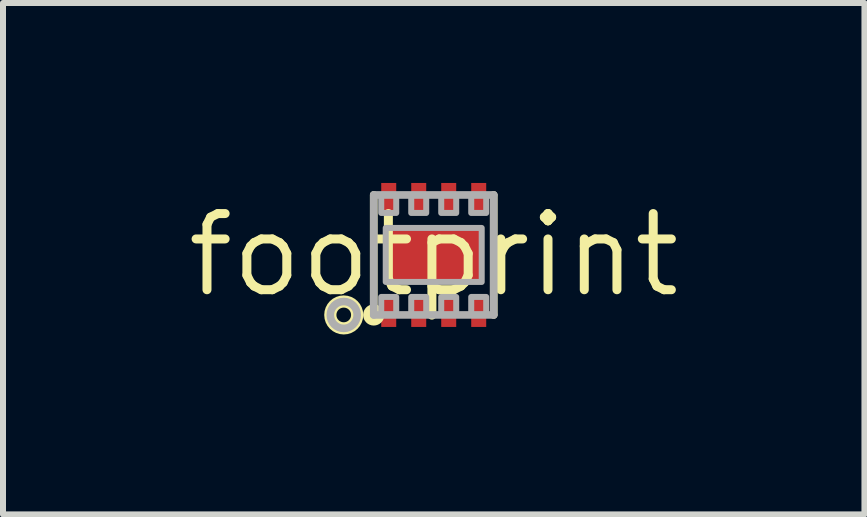
<source format=kicad_pcb>
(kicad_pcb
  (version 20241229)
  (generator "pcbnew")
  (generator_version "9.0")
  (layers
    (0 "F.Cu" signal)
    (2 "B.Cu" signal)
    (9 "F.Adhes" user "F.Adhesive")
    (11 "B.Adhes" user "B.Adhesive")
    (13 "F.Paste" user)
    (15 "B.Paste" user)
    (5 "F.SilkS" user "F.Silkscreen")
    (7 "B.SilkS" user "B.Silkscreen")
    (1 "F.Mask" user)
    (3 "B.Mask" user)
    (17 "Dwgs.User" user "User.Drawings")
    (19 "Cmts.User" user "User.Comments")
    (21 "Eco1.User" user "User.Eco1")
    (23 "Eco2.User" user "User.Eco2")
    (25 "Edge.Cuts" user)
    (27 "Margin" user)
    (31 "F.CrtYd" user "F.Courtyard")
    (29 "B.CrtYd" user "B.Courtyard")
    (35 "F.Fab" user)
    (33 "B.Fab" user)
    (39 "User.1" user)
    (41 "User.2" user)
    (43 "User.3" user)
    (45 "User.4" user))
  (footprint "footprint"
    (layer "F.Cu")
    (at 4.18 1.2)
    (property "Reference" "footprint" (at 0 0 0) (layer "F.SilkS") (effects (font (size 1.27 1.27) (thickness 0.15))))
    (fp_line (start -1 -1) (end -1 1) (stroke (width 0.127) (type solid)) (layer "F.SilkS"))
    (fp_line (start 1 -1) (end 1 1) (stroke (width 0.127) (type solid)) (layer "F.SilkS"))
    (fp_circle (center -1.5 1) (end -1.276 1) (stroke (width 0.203) (type solid)) (fill no) (layer "F.SilkS"))
    (fp_circle (center -1 1) (end -0.95 1) (stroke (width 0.127) (type solid)) (fill no) (layer "F.SilkS"))
    (fp_poly (pts (xy -0.65 0.35) (xy 0.65 0.35) (xy 0.65 -0.35) (xy -0.65 -0.35)) (stroke (width 0) (type solid)) (fill yes) (layer "F.Paste"))
    (fp_line (start -1 -1) (end 1 -1) (stroke (width 0.127) (type solid)) (layer "F.Fab"))
    (fp_line (start -1 1) (end -1 -1) (stroke (width 0.127) (type solid)) (layer "F.Fab"))
    (fp_line (start 1 -1) (end 1 1) (stroke (width 0.127) (type solid)) (layer "F.Fab"))
    (fp_line (start 1 1) (end -1 1) (stroke (width 0.127) (type solid)) (layer "F.Fab"))
    (fp_circle (center -1.5 1) (end -1.276 1) (stroke (width 0.127) (type solid)) (fill no) (layer "F.Fab"))
    (fp_poly (pts (xy -0.875 1) (xy -0.625 1) (xy -0.625 0.7) (xy -0.875 0.7)) (stroke (width 0.1) (type solid)) (fill no) (layer "F.Fab"))
    (fp_poly (pts (xy -0.8 0.45) (xy 0.8 0.45) (xy 0.8 -0.45) (xy -0.8 -0.45)) (stroke (width 0.1) (type solid)) (fill no) (layer "F.Fab"))
    (fp_poly (pts (xy -0.625 -1) (xy -0.875 -1) (xy -0.875 -0.7) (xy -0.625 -0.7)) (stroke (width 0.1) (type solid)) (fill no) (layer "F.Fab"))
    (fp_poly (pts (xy -0.375 1) (xy -0.125 1) (xy -0.125 0.7) (xy -0.375 0.7)) (stroke (width 0.1) (type solid)) (fill no) (layer "F.Fab"))
    (fp_poly (pts (xy -0.125 -1) (xy -0.375 -1) (xy -0.375 -0.7) (xy -0.125 -0.7)) (stroke (width 0.1) (type solid)) (fill no) (layer "F.Fab"))
    (fp_poly (pts (xy 0.125 1) (xy 0.375 1) (xy 0.375 0.7) (xy 0.125 0.7)) (stroke (width 0.1) (type solid)) (fill no) (layer "F.Fab"))
    (fp_poly (pts (xy 0.375 -1) (xy 0.125 -1) (xy 0.125 -0.7) (xy 0.375 -0.7)) (stroke (width 0.1) (type solid)) (fill no) (layer "F.Fab"))
    (fp_poly (pts (xy 0.625 1) (xy 0.875 1) (xy 0.875 0.7) (xy 0.625 0.7)) (stroke (width 0.1) (type solid)) (fill no) (layer "F.Fab"))
    (fp_poly (pts (xy 0.875 -1) (xy 0.625 -1) (xy 0.625 -0.7) (xy 0.875 -0.7)) (stroke (width 0.1) (type solid)) (fill no) (layer "F.Fab"))
    (pad "1" smd rect (at -0.75 0.95) (size 0.25 0.5) (layers "F.Cu" "F.Mask" "F.Paste"))
    (pad "2" smd rect (at -0.25 0.95) (size 0.25 0.5) (layers "F.Cu" "F.Mask" "F.Paste"))
    (pad "3" smd rect (at 0.25 0.95) (size 0.25 0.5) (layers "F.Cu" "F.Mask" "F.Paste"))
    (pad "4" smd rect (at 0.75 0.95) (size 0.25 0.5) (layers "F.Cu" "F.Mask" "F.Paste"))
    (pad "5" smd rect (at 0.75 -0.95) (size 0.25 0.5) (layers "F.Cu" "F.Mask" "F.Paste"))
    (pad "6" smd rect (at 0.25 -0.95) (size 0.25 0.5) (layers "F.Cu" "F.Mask" "F.Paste"))
    (pad "7" smd rect (at -0.25 -0.95) (size 0.25 0.5) (layers "F.Cu" "F.Mask" "F.Paste"))
    (pad "8" smd rect (at -0.75 -0.95) (size 0.25 0.5) (layers "F.Cu" "F.Mask" "F.Paste"))
    (pad "PAD" smd rect (at 0 0) (size 1.6 0.9) (layers "F.Cu" "F.Mask")))
  (gr_rect
    (start -3 -3)
    (end 11.36 5.525)
    (stroke (width 0.1) (type default))
    (fill no)
    (layer "Edge.Cuts")))
</source>
